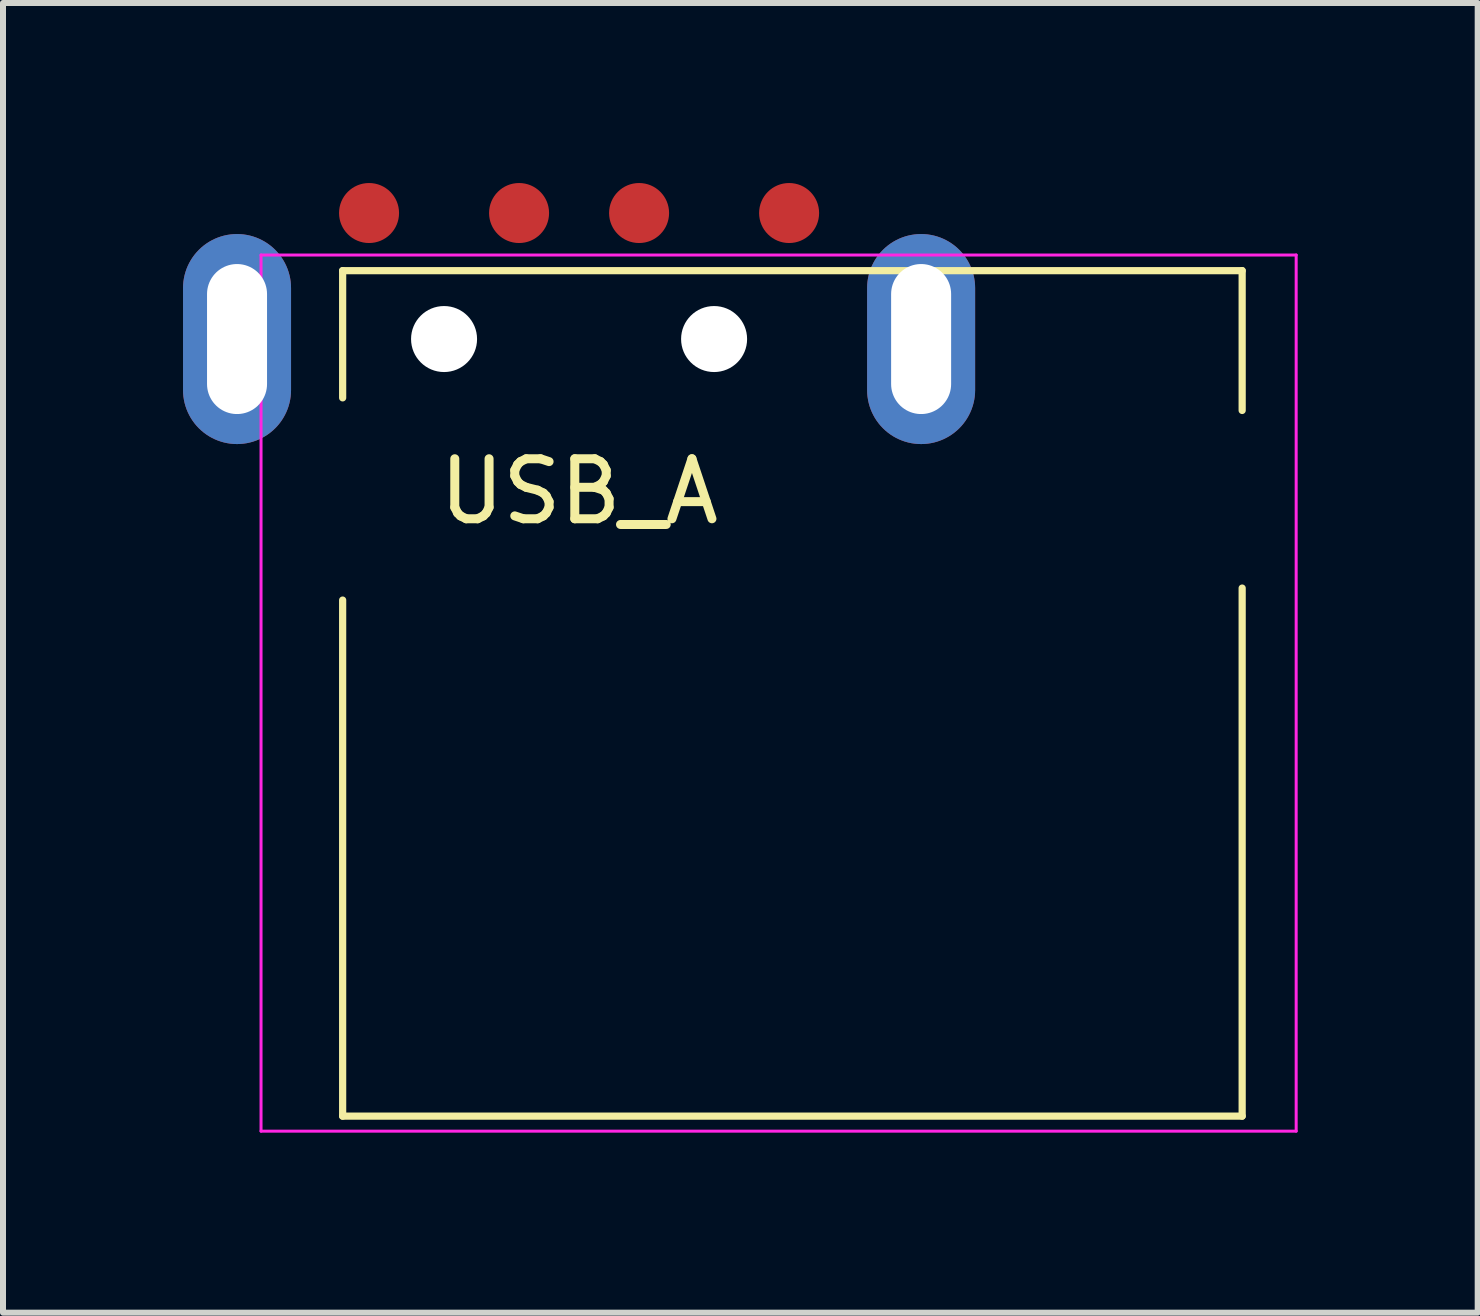
<source format=kicad_pcb>
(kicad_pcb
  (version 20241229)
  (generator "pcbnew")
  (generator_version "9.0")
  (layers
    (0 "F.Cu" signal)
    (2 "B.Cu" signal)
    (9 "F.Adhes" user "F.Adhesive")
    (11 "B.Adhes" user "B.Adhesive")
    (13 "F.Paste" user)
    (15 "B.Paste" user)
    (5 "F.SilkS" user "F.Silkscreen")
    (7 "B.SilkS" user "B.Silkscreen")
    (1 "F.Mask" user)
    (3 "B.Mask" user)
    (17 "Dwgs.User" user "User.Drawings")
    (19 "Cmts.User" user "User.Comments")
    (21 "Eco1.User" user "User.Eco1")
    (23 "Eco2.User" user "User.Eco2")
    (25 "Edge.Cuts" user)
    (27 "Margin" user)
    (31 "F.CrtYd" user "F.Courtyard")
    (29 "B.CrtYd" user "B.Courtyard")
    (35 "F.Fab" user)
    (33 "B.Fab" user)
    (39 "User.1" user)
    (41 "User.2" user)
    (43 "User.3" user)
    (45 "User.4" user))
  (footprint "USB_A"
    (layer "F.Cu")
    (at 6.6 2.6)
    (property "Reference" "USB_A" (at 0 2.54 0) (layer "F.SilkS") (effects (font (size 1 1) (thickness 0.15))))
    (attr through_hole)
    (fp_line (start -3.94 -1.14) (end -3.94 0.98) (stroke (width 0.12) (type solid)) (layer "F.SilkS"))
    (fp_line (start -3.94 4.35) (end -3.94 12.95) (stroke (width 0.12) (type solid)) (layer "F.SilkS"))
    (fp_line (start 11.05 -1.14) (end -3.94 -1.14) (stroke (width 0.12) (type solid)) (layer "F.SilkS"))
    (fp_line (start 11.05 -1.14) (end 11.05 1.19) (stroke (width 0.12) (type solid)) (layer "F.SilkS"))
    (fp_line (start 11.05 4.15) (end 11.05 12.95) (stroke (width 0.12) (type solid)) (layer "F.SilkS"))
    (fp_line (start 11.05 12.95) (end -3.94 12.95) (stroke (width 0.12) (type solid)) (layer "F.SilkS"))
    (fp_line (start -5.3 -1.4) (end 11.95 -1.4) (stroke (width 0.05) (type solid)) (layer "F.CrtYd"))
    (fp_line (start -5.3 13.2) (end -5.3 -1.4) (stroke (width 0.05) (type solid)) (layer "F.CrtYd"))
    (fp_line (start -5.3 13.2) (end 11.95 13.2) (stroke (width 0.05) (type solid)) (layer "F.CrtYd"))
    (fp_line (start 11.95 -1.4) (end 11.95 13.2) (stroke (width 0.05) (type solid)) (layer "F.CrtYd"))
    (pad "" thru_hole oval (at -5.7 0) (size 1.8 3.5) (drill oval 1 2.5) (layers "*.Cu" "*.Mask"))
    (pad "" np_thru_hole circle (at -2.25 0) (size 1.1 1.1) (drill 1.1) (layers "*.Cu" "*.Mask"))
    (pad "" np_thru_hole circle (at 2.25 0) (size 1.1 1.1) (drill 1.1) (layers "*.Cu" "*.Mask"))
    (pad "" thru_hole oval (at 5.7 0) (size 1.8 3.5) (drill oval 1 2.5) (layers "*.Cu" "*.Mask"))
    (pad "1" smd circle (at 3.5 -2.1) (size 1 1) (layers "F.Cu" "F.Mask" "F.Paste"))
    (pad "2" smd circle (at 1 -2.1) (size 1 1) (layers "F.Cu" "F.Mask" "F.Paste"))
    (pad "3" smd circle (at -1 -2.1) (size 1 1) (layers "F.Cu" "F.Mask" "F.Paste"))
    (pad "4" smd circle (at -3.5 -2.1) (size 1 1) (layers "F.Cu" "F.Mask" "F.Paste")))
  (gr_rect
    (start -3 -3)
    (end 21.575 18.825)
    (stroke (width 0.1) (type default))
    (fill no)
    (layer "Edge.Cuts")))
</source>
